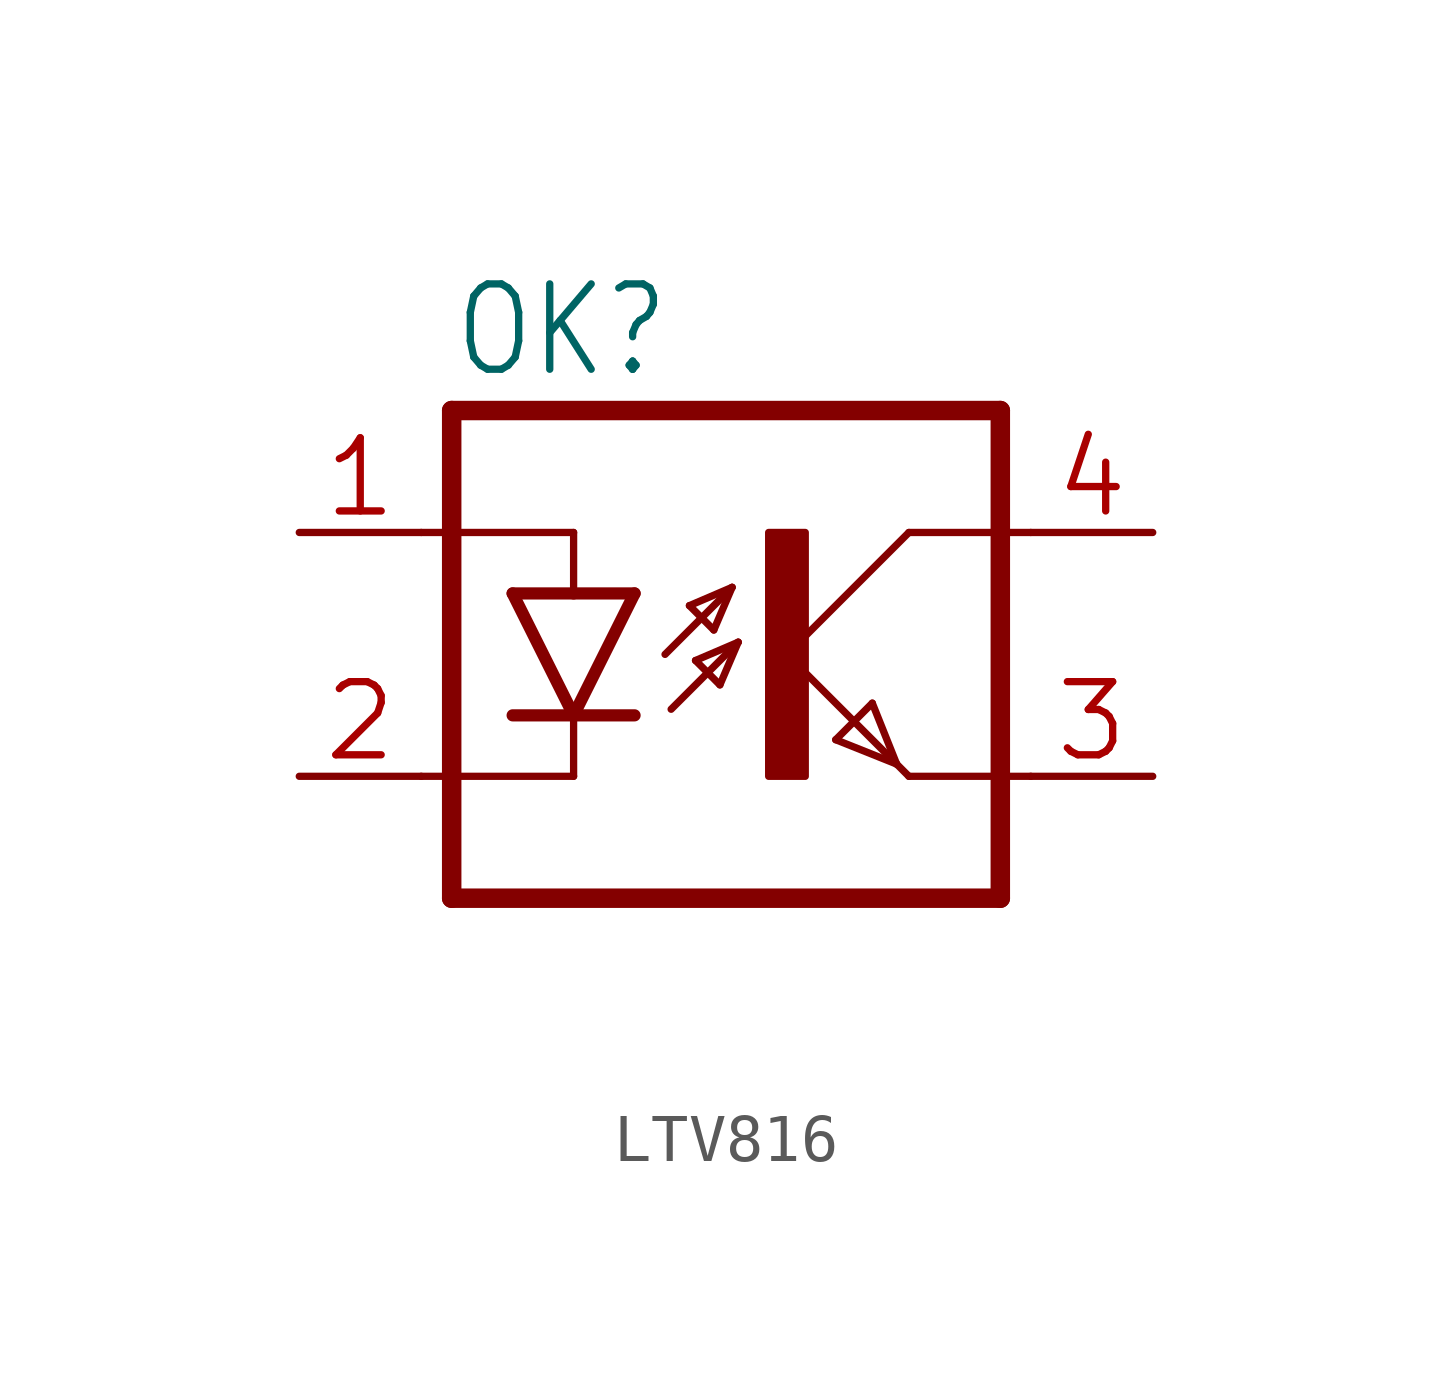
<source format=kicad_sym>
(kicad_symbol_lib
  (version 20241209)
  (generator "kicad_symbol_editor")
  (generator_version "9.0")
  (symbol "LTV816"
    (property "Reference" "OK"
      (at -6.985 5.715 0)
      (effects (font (size 1.778 1.511)) (justify left bottom)))
    (property "Value" ""
      (at -6.985 -7.62 0)
      (effects (font (size 1.778 1.511)) (justify left bottom)))
    (property "ki_locked" ""
      (at 0 0 0)
      (effects (font (size 1.27 1.27))))
    (symbol "LTV816_1_0"
      (polyline (pts (xy -6.985 5.08) (xy -6.985 -5.08)) (stroke (width 0.406) (type solid)) (fill (type none)))
      (polyline (pts (xy -6.985 5.08) (xy 4.445 5.08)) (stroke (width 0.406) (type solid)) (fill (type none)))
      (polyline (pts (xy -6.985 -5.08) (xy 4.445 -5.08)) (stroke (width 0.406) (type solid)) (fill (type none)))
      (polyline (pts (xy -4.445 2.54) (xy -7.62 2.54)) (stroke (width 0.152) (type solid)) (fill (type none)))
      (polyline (pts (xy -4.445 2.54) (xy -4.445 1.27)) (stroke (width 0.152) (type solid)) (fill (type none)))
      (polyline (pts (xy -4.445 1.27) (xy -5.715 1.27)) (stroke (width 0.254) (type solid)) (fill (type none)))
      (polyline (pts (xy -4.445 -1.27) (xy -5.715 1.27)) (stroke (width 0.254) (type solid)) (fill (type none)))
      (polyline (pts (xy -4.445 -1.27) (xy -5.715 -1.27)) (stroke (width 0.254) (type solid)) (fill (type none)))
      (polyline (pts (xy -4.445 -1.27) (xy -4.445 -2.54)) (stroke (width 0.152) (type solid)) (fill (type none)))
      (polyline (pts (xy -4.445 -2.54) (xy -7.62 -2.54)) (stroke (width 0.152) (type solid)) (fill (type none)))
      (polyline (pts (xy -3.175 1.27) (xy -4.445 1.27)) (stroke (width 0.254) (type solid)) (fill (type none)))
      (polyline (pts (xy -3.175 1.27) (xy -4.445 -1.27)) (stroke (width 0.254) (type solid)) (fill (type none)))
      (polyline (pts (xy -3.175 -1.27) (xy -4.445 -1.27)) (stroke (width 0.254) (type solid)) (fill (type none)))
      (polyline (pts (xy -2.54 0) (xy -1.143 1.397)) (stroke (width 0.152) (type solid)) (fill (type none)))
      (polyline (pts (xy -2.413 -1.143) (xy -1.016 0.254)) (stroke (width 0.152) (type solid)) (fill (type none)))
      (polyline (pts (xy -2.032 1.016) (xy -1.524 0.508)) (stroke (width 0.152) (type solid)) (fill (type none)))
      (polyline (pts (xy -1.905 -0.127) (xy -1.397 -0.635)) (stroke (width 0.152) (type solid)) (fill (type none)))
      (polyline (pts (xy -1.524 0.508) (xy -1.143 1.397)) (stroke (width 0.152) (type solid)) (fill (type none)))
      (polyline (pts (xy -1.397 -0.635) (xy -1.016 0.254)) (stroke (width 0.152) (type solid)) (fill (type none)))
      (polyline (pts (xy -1.143 1.397) (xy -2.032 1.016)) (stroke (width 0.152) (type solid)) (fill (type none)))
      (polyline (pts (xy -1.016 0.254) (xy -1.905 -0.127)) (stroke (width 0.152) (type solid)) (fill (type none)))
      (rectangle (start -0.381 -2.54) (end 0.381 2.54) (stroke (width 0) (type default)) (fill (type outline)))
      (polyline (pts (xy 0 0) (xy 2.286 -2.286)) (stroke (width 0.152) (type solid)) (fill (type none)))
      (polyline (pts (xy 1.016 -1.778) (xy 1.778 -1.016)) (stroke (width 0.152) (type solid)) (fill (type none)))
      (polyline (pts (xy 1.778 -1.016) (xy 2.286 -2.286)) (stroke (width 0.152) (type solid)) (fill (type none)))
      (polyline (pts (xy 2.286 -2.286) (xy 1.016 -1.778)) (stroke (width 0.152) (type solid)) (fill (type none)))
      (polyline (pts (xy 2.286 -2.286) (xy 2.54 -2.54)) (stroke (width 0.152) (type solid)) (fill (type none)))
      (polyline (pts (xy 2.54 2.54) (xy 0 0)) (stroke (width 0.152) (type solid)) (fill (type none)))
      (polyline (pts (xy 2.54 2.54) (xy 5.08 2.54)) (stroke (width 0.152) (type solid)) (fill (type none)))
      (polyline (pts (xy 2.54 -2.54) (xy 5.08 -2.54)) (stroke (width 0.152) (type solid)) (fill (type none)))
      (polyline (pts (xy 4.445 5.08) (xy 4.445 -5.08)) (stroke (width 0.406) (type solid)) (fill (type none)))
      (pin passive line (at -10.16 2.54 0) (length 2.54) (name "A" (effects (font (size 0 0)))) (number "1" (effects (font (size 1.524 1.524)))))
      (pin passive line (at -10.16 -2.54 0) (length 2.54) (name "C" (effects (font (size 0 0)))) (number "2" (effects (font (size 1.524 1.524)))))
      (pin passive line (at 7.62 2.54 180) (length 2.54) (name "COL" (effects (font (size 0 0)))) (number "4" (effects (font (size 1.524 1.524)))))
      (pin passive line (at 7.62 -2.54 180) (length 2.54) (name "EMIT" (effects (font (size 0 0)))) (number "3" (effects (font (size 1.524 1.524))))))))
</source>
